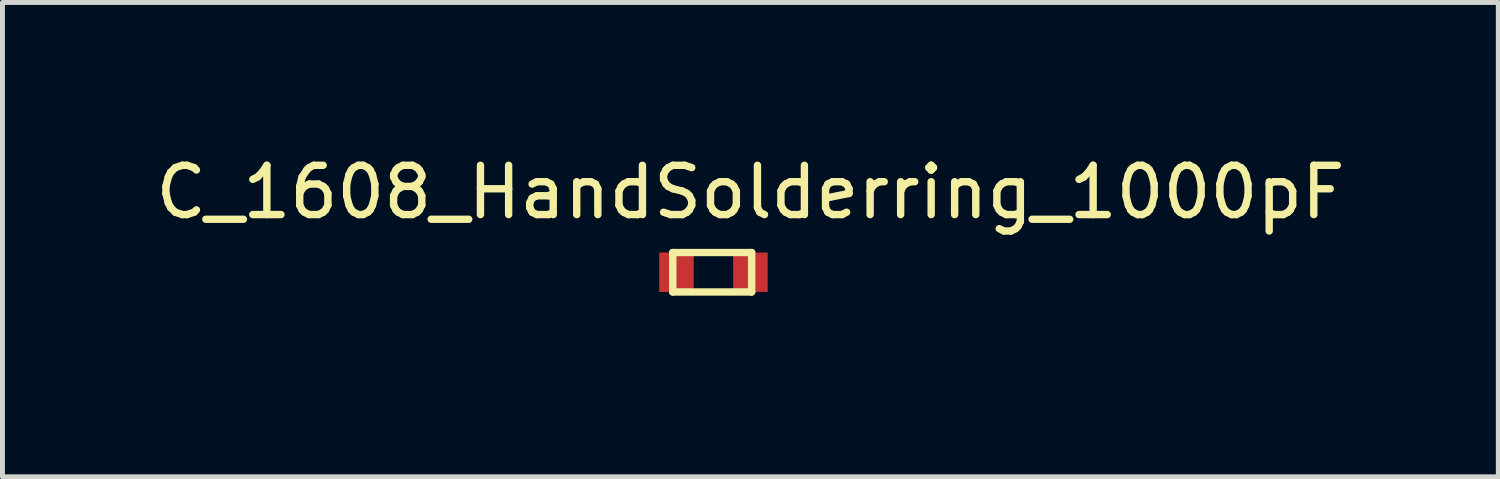
<source format=kicad_pcb>
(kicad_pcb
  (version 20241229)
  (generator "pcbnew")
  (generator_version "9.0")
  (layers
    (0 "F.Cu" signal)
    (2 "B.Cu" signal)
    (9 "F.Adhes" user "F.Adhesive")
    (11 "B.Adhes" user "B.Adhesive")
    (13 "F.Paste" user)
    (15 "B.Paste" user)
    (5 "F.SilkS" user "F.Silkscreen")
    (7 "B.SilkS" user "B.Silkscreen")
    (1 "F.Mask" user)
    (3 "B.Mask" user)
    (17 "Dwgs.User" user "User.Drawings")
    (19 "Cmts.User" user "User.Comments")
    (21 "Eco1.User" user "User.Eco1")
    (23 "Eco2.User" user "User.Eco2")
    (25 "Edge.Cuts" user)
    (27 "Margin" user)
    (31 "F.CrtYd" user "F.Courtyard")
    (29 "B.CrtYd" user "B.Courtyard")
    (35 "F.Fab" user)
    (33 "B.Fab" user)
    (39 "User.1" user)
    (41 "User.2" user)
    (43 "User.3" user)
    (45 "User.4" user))
  (footprint "C_1608_HandSolderring_1000pF"
    (layer "F.Cu")
    (at 10.048 3.373)
    (property "Reference" "C_1608_HandSolderring_1000pF" (at 2.125 -2.525 0) (layer "F.SilkS") (effects (font (size 1 1) (thickness 0.15))))
    (attr through_hole)
    (fp_line (start 0.55 -1.3) (end 0.55 -0.5) (stroke (width 0.15) (type solid)) (layer "F.SilkS"))
    (fp_line (start 0.55 -1.3) (end 2.15 -1.3) (stroke (width 0.15) (type solid)) (layer "F.SilkS"))
    (fp_line (start 0.55 -0.5) (end 2.15 -0.5) (stroke (width 0.15) (type solid)) (layer "F.SilkS"))
    (fp_line (start 2.15 -1.3) (end 2.15 -0.5) (stroke (width 0.15) (type solid)) (layer "F.SilkS"))
    (pad "1" smd rect (at 0.625 -0.9) (size 0.7 0.8) (layers "F.Cu" "F.Mask" "F.Paste"))
    (pad "2" smd rect (at 2.125 -0.9) (size 0.7 0.8) (layers "F.Cu" "F.Mask" "F.Paste")))
  (gr_rect
    (start -3 -3)
    (end 27.345 6.623)
    (stroke (width 0.1) (type default))
    (fill no)
    (layer "Edge.Cuts")))
</source>
